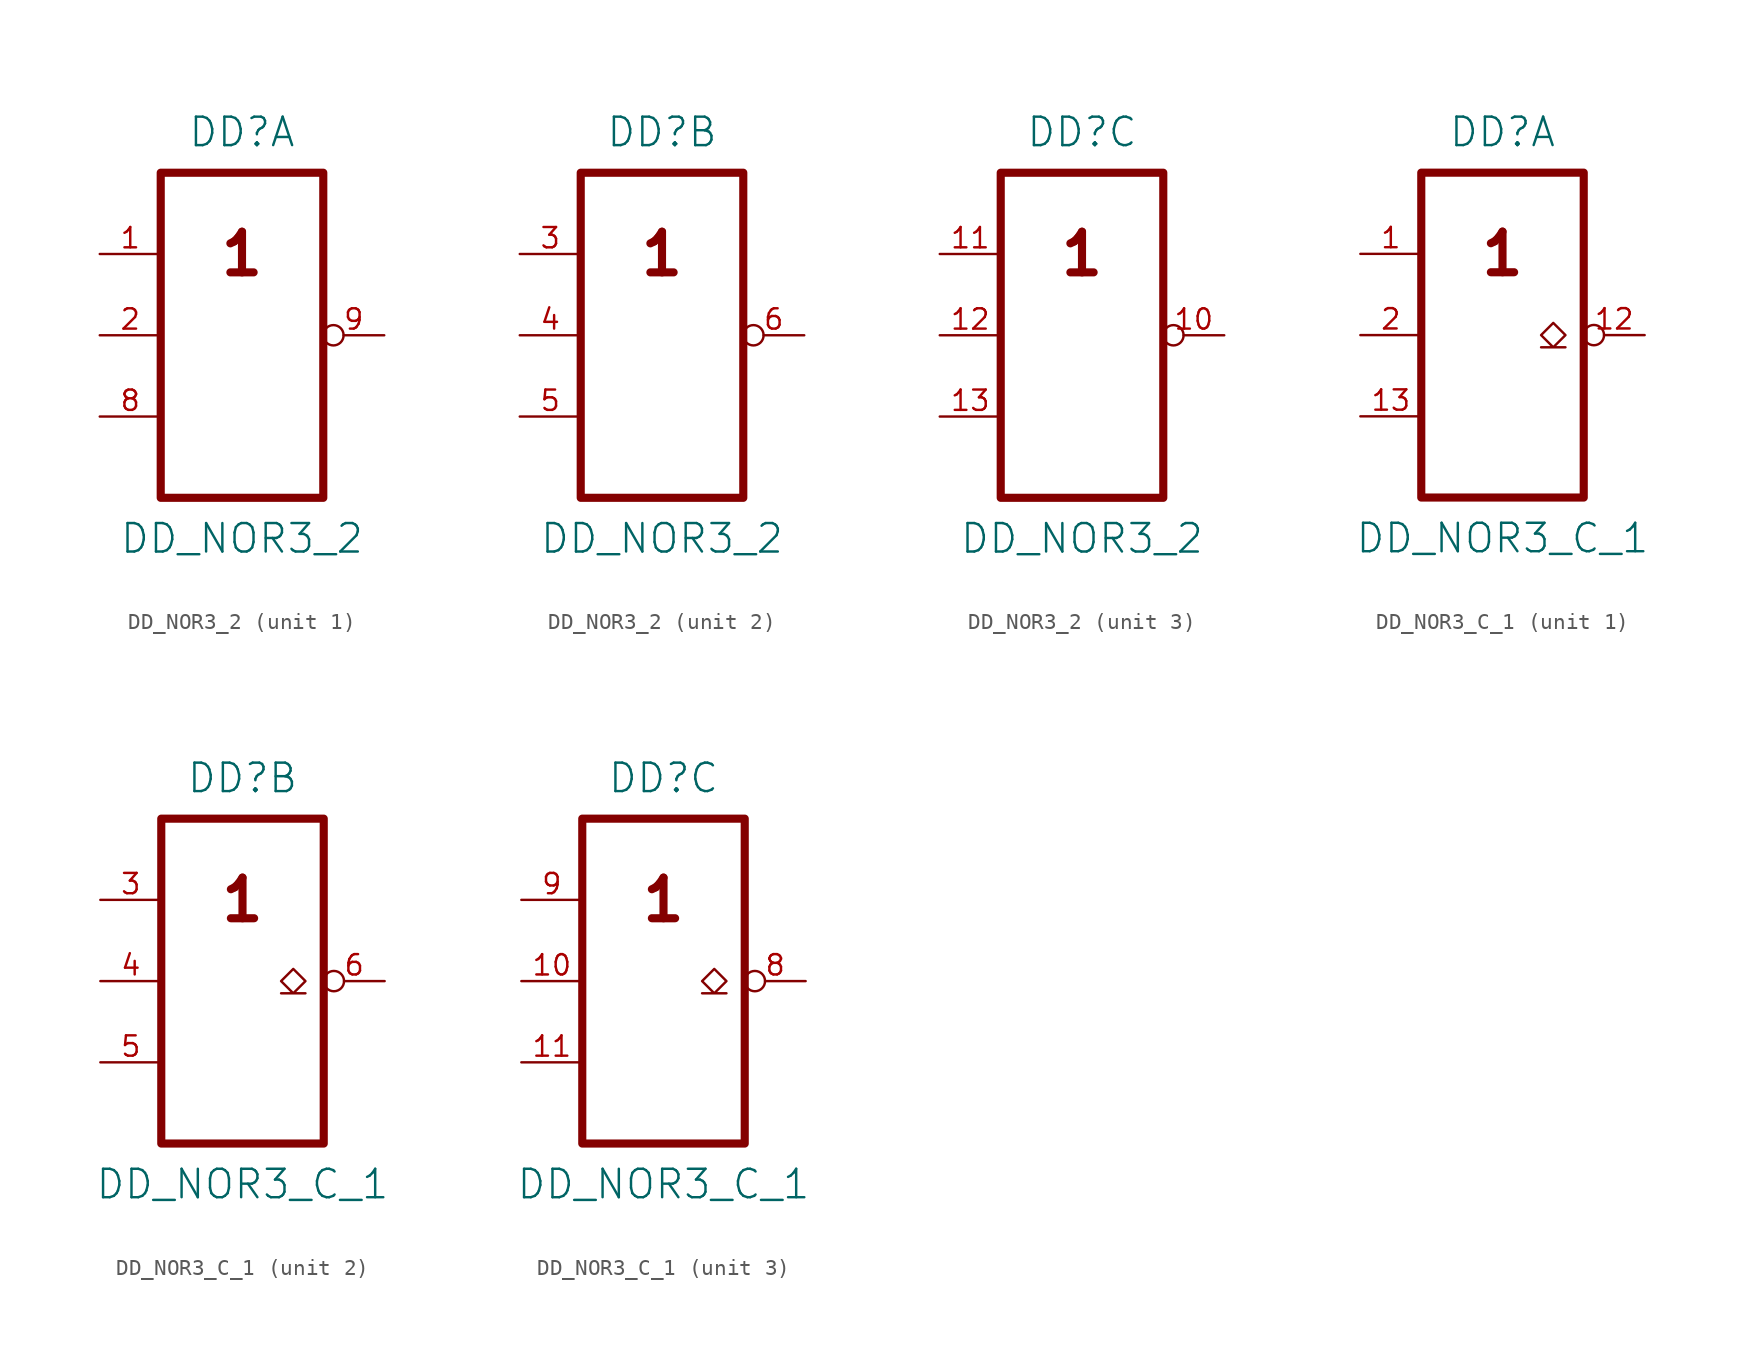
<source format=kicad_sym>
(kicad_symbol_lib
  (version 20211014)
  (generator kicad_symbol_editor)
  (symbol "DD_NOR3_2"
    (pin_names
      (offset 1.27))
    (property "Reference" "DD"
      (at 0 12.7 0)
      (effects (font (size 1.778 1.778))))
    (property "Value" "DD_NOR3_2"
      (at 0 -12.7 0)
      (effects (font (size 1.778 1.778))))
    (symbol "DD_NOR3_2_0_0"
      (text "1" (at 0 5.08 0) (effects (font (size 2.54 2.54) bold))))
    (symbol "DD_NOR3_2_0_1"
      (rectangle (start -5.08 10.16) (end 5.08 -10.16) (stroke (width 0.508) (type default) (color 0 0 0 0)) (fill (type none)))
      (pin power_in non_logic (at 8.89 7.62 180) (length 3.81) hide (name "VCC" (effects (font (size 1.27 1.27)))) (number "14" (effects (font (size 1.27 1.27)))))
      (pin power_in non_logic (at 8.89 -7.62 180) (length 3.81) hide (name "GND" (effects (font (size 1.27 1.27)))) (number "7" (effects (font (size 1.27 1.27))))))
    (symbol "DD_NOR3_2_1_1"
      (pin input line (at -8.89 5.08 0) (length 3.81) (name "~" (effects (font (size 1.778 1.778)))) (number "1" (effects (font (size 1.27 1.27)))))
      (pin input line (at -8.89 0 0) (length 3.81) (name "~" (effects (font (size 1.778 1.778)))) (number "2" (effects (font (size 1.27 1.27)))))
      (pin input line (at -8.89 -5.08 0) (length 3.81) (name "~" (effects (font (size 1.778 1.778)))) (number "8" (effects (font (size 1.27 1.27)))))
      (pin output inverted (at 8.89 0 180) (length 3.81) (name "~" (effects (font (size 1.778 1.778)))) (number "9" (effects (font (size 1.27 1.27))))))
    (symbol "DD_NOR3_2_2_1"
      (pin input line (at -8.89 5.08 0) (length 3.81) (name "~" (effects (font (size 1.778 1.778)))) (number "3" (effects (font (size 1.27 1.27)))))
      (pin input line (at -8.89 0 0) (length 3.81) (name "~" (effects (font (size 1.778 1.778)))) (number "4" (effects (font (size 1.27 1.27)))))
      (pin input line (at -8.89 -5.08 0) (length 3.81) (name "~" (effects (font (size 1.778 1.778)))) (number "5" (effects (font (size 1.27 1.27)))))
      (pin output inverted (at 8.89 0 180) (length 3.81) (name "~" (effects (font (size 1.778 1.778)))) (number "6" (effects (font (size 1.27 1.27))))))
    (symbol "DD_NOR3_2_3_1"
      (pin output inverted (at 8.89 0 180) (length 3.81) (name "~" (effects (font (size 1.778 1.778)))) (number "10" (effects (font (size 1.27 1.27)))))
      (pin input line (at -8.89 5.08 0) (length 3.81) (name "~" (effects (font (size 1.778 1.778)))) (number "11" (effects (font (size 1.27 1.27)))))
      (pin input line (at -8.89 0 0) (length 3.81) (name "~" (effects (font (size 1.778 1.778)))) (number "12" (effects (font (size 1.27 1.27)))))
      (pin input line (at -8.89 -5.08 0) (length 3.81) (name "~" (effects (font (size 1.778 1.778)))) (number "13" (effects (font (size 1.27 1.27)))))))
  (symbol "DD_NOR3_C_1"
    (pin_names
      (offset 1.27))
    (property "Reference" "DD"
      (at 0 12.7 0)
      (effects (font (size 1.778 1.778))))
    (property "Value" "DD_NOR3_C_1"
      (at 0 -12.7 0)
      (effects (font (size 1.778 1.778))))
    (symbol "DD_NOR3_C_1_0_0"
      (text "1" (at 0 5.08 0) (effects (font (size 2.54 2.54) bold))))
    (symbol "DD_NOR3_C_1_0_1"
      (rectangle (start -5.08 10.16) (end 5.08 -10.16) (stroke (width 0.508) (type default) (color 0 0 0 0)) (fill (type none)))
      (polyline (pts (xy 2.413 -0.762) (xy 3.175 -0.762) (xy 2.413 0) (xy 3.175 0.762) (xy 3.937 0) (xy 3.175 -0.762) (xy 3.937 -0.762)) (stroke (width 0) (type default) (color 0 0 0 0)) (fill (type none)))
      (pin power_in non_logic (at 8.89 7.62 180) (length 3.81) hide (name "VCC" (effects (font (size 1.27 1.27)))) (number "14" (effects (font (size 1.27 1.27)))))
      (pin power_in non_logic (at 8.89 -7.62 180) (length 3.81) hide (name "GND" (effects (font (size 1.27 1.27)))) (number "7" (effects (font (size 1.27 1.27))))))
    (symbol "DD_NOR3_C_1_1_1"
      (pin input line (at -8.89 5.08 0) (length 3.81) (name "~" (effects (font (size 1.778 1.778)))) (number "1" (effects (font (size 1.27 1.27)))))
      (pin output inverted (at 8.89 0 180) (length 3.81) (name "~" (effects (font (size 1.778 1.778)))) (number "12" (effects (font (size 1.27 1.27)))))
      (pin input line (at -8.89 -5.08 0) (length 3.81) (name "~" (effects (font (size 1.778 1.778)))) (number "13" (effects (font (size 1.27 1.27)))))
      (pin input line (at -8.89 0 0) (length 3.81) (name "~" (effects (font (size 1.778 1.778)))) (number "2" (effects (font (size 1.27 1.27))))))
    (symbol "DD_NOR3_C_1_2_1"
      (pin input line (at -8.89 5.08 0) (length 3.81) (name "~" (effects (font (size 1.778 1.778)))) (number "3" (effects (font (size 1.27 1.27)))))
      (pin input line (at -8.89 0 0) (length 3.81) (name "~" (effects (font (size 1.778 1.778)))) (number "4" (effects (font (size 1.27 1.27)))))
      (pin input line (at -8.89 -5.08 0) (length 3.81) (name "~" (effects (font (size 1.778 1.778)))) (number "5" (effects (font (size 1.27 1.27)))))
      (pin output inverted (at 8.89 0 180) (length 3.81) (name "~" (effects (font (size 1.778 1.778)))) (number "6" (effects (font (size 1.27 1.27))))))
    (symbol "DD_NOR3_C_1_3_1"
      (pin input line (at -8.89 0 0) (length 3.81) (name "~" (effects (font (size 1.778 1.778)))) (number "10" (effects (font (size 1.27 1.27)))))
      (pin input line (at -8.89 -5.08 0) (length 3.81) (name "~" (effects (font (size 1.778 1.778)))) (number "11" (effects (font (size 1.27 1.27)))))
      (pin output inverted (at 8.89 0 180) (length 3.81) (name "~" (effects (font (size 1.778 1.778)))) (number "8" (effects (font (size 1.27 1.27)))))
      (pin input line (at -8.89 5.08 0) (length 3.81) (name "~" (effects (font (size 1.778 1.778)))) (number "9" (effects (font (size 1.27 1.27))))))))
</source>
